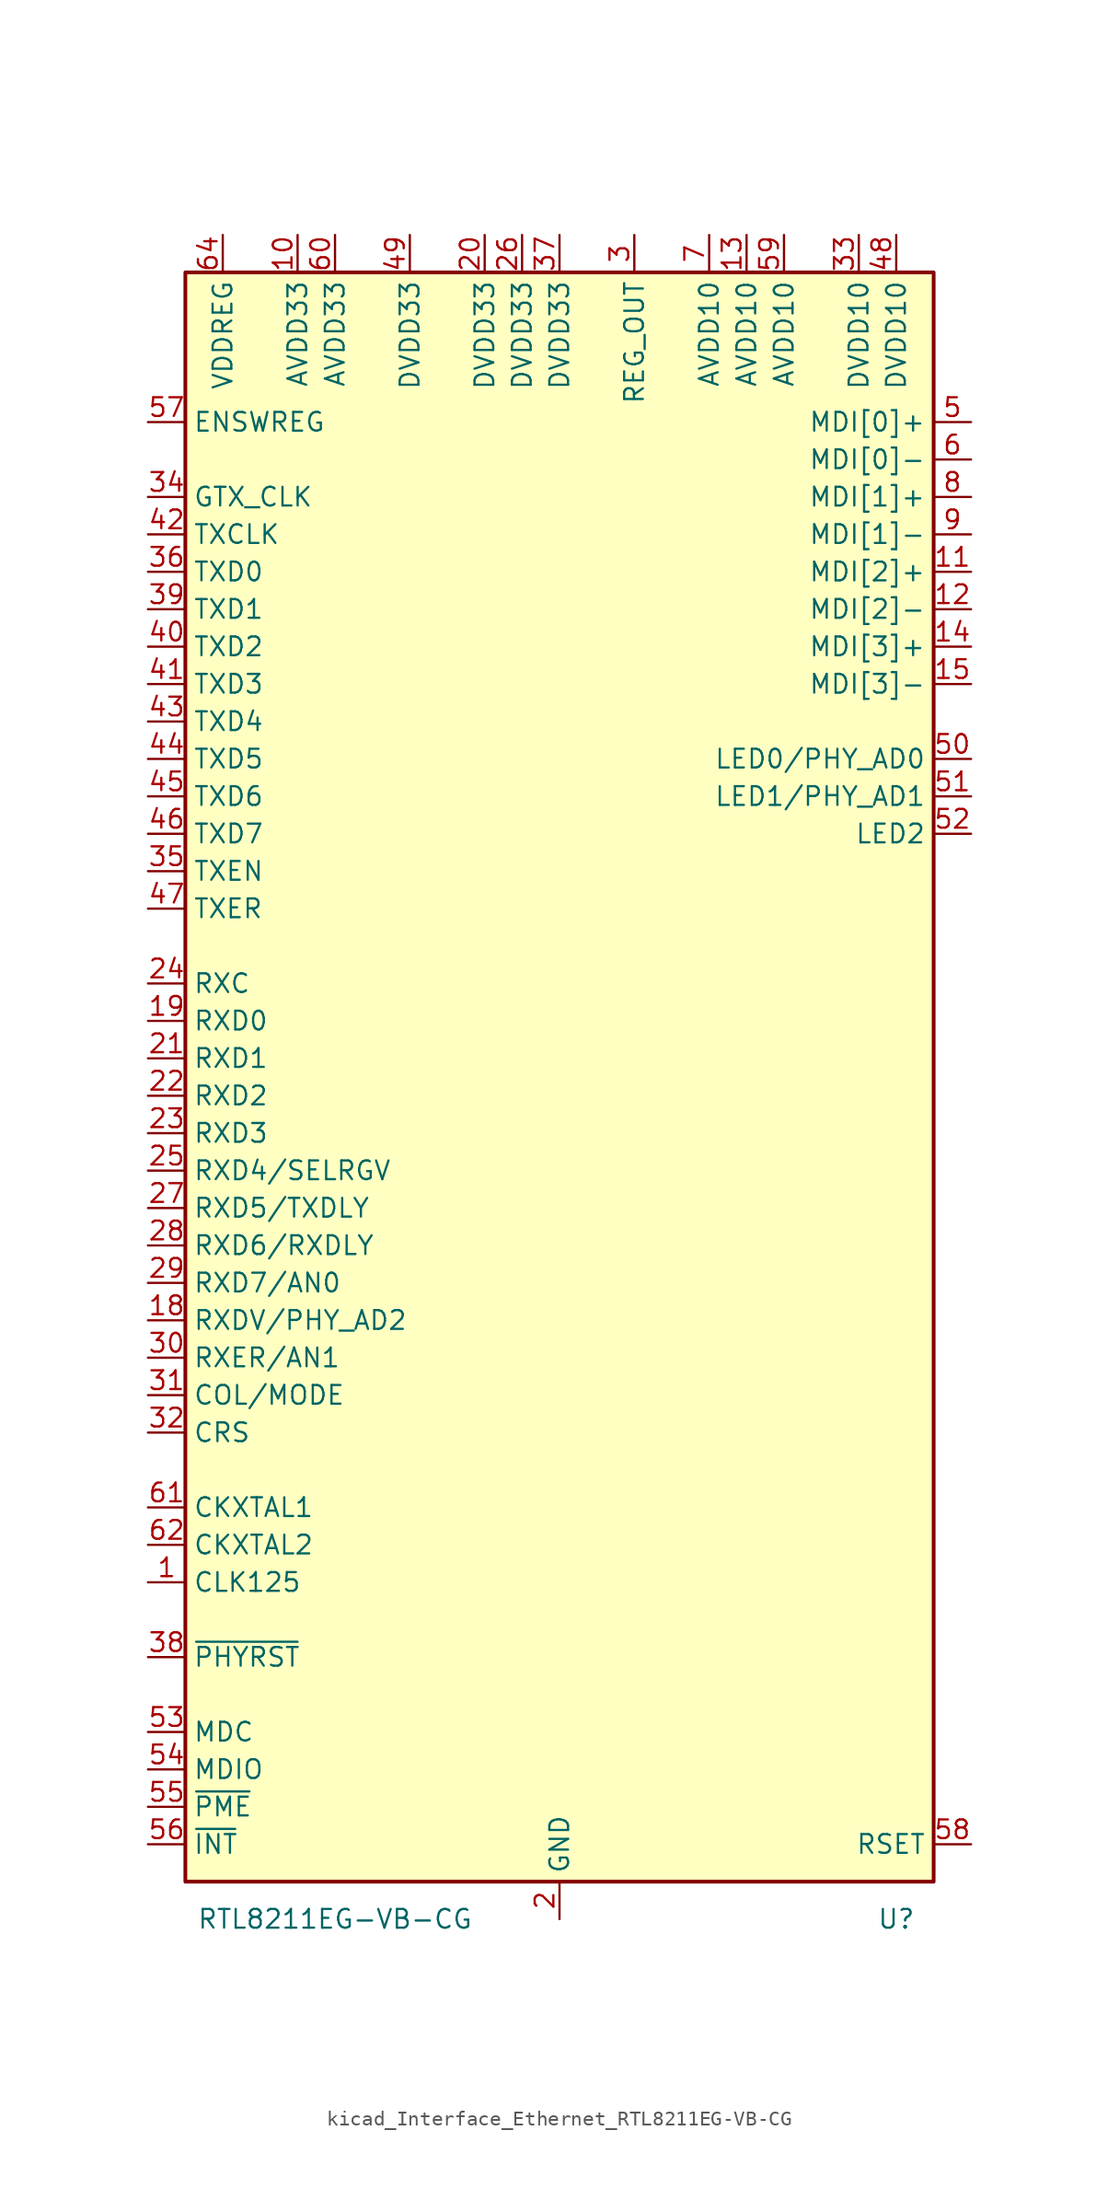
<source format=kicad_sym>
(kicad_symbol_lib
  (version 20220914)
  (generator kicad_symbol_editor)
  (symbol "kicad_Interface_Ethernet_RTL8211EG-VB-CG"
    (property "Reference" "U"
      (at 22.86 -58.42 0)
      (effects (font (size 1.27 1.27))))
    (property "Value" "RTL8211EG-VB-CG"
      (at -15.24 -58.42 0)
      (effects (font (size 1.27 1.27))))
    (symbol "kicad_Interface_Ethernet_RTL8211EG-VB-CG_0_1"
      (rectangle (start -25.4 53.34) (end 25.4 -55.88) (stroke (width 0.254) (type default)) (fill (type background))))
    (symbol "kicad_Interface_Ethernet_RTL8211EG-VB-CG_1_1"
      (pin output line (at -27.94 -35.56 0) (length 2.54) (name "CLK125" (effects (font (size 1.27 1.27)))) (number "1" (effects (font (size 1.27 1.27)))))
      (pin power_in line (at -17.78 55.88 270) (length 2.54) (name "AVDD33" (effects (font (size 1.27 1.27)))) (number "10" (effects (font (size 1.27 1.27)))))
      (pin bidirectional line (at 27.94 33.02 180) (length 2.54) (name "MDI[2]+" (effects (font (size 1.27 1.27)))) (number "11" (effects (font (size 1.27 1.27)))))
      (pin bidirectional line (at 27.94 30.48 180) (length 2.54) (name "MDI[2]-" (effects (font (size 1.27 1.27)))) (number "12" (effects (font (size 1.27 1.27)))))
      (pin power_in line (at 12.7 55.88 270) (length 2.54) (name "AVDD10" (effects (font (size 1.27 1.27)))) (number "13" (effects (font (size 1.27 1.27)))))
      (pin bidirectional line (at 27.94 27.94 180) (length 2.54) (name "MDI[3]+" (effects (font (size 1.27 1.27)))) (number "14" (effects (font (size 1.27 1.27)))))
      (pin bidirectional line (at 27.94 25.4 180) (length 2.54) (name "MDI[3]-" (effects (font (size 1.27 1.27)))) (number "15" (effects (font (size 1.27 1.27)))))
      (pin no_connect line (at 25.4 5.08 180) (length 2.54) hide (name "NC" (effects (font (size 1.27 1.27)))) (number "16" (effects (font (size 1.27 1.27)))))
      (pin no_connect line (at 25.4 2.54 180) (length 2.54) hide (name "NC" (effects (font (size 1.27 1.27)))) (number "17" (effects (font (size 1.27 1.27)))))
      (pin bidirectional line (at -27.94 -17.78 0) (length 2.54) (name "RXDV/PHY_AD2" (effects (font (size 1.27 1.27)))) (number "18" (effects (font (size 1.27 1.27)))))
      (pin output line (at -27.94 2.54 0) (length 2.54) (name "RXD0" (effects (font (size 1.27 1.27)))) (number "19" (effects (font (size 1.27 1.27)))))
      (pin power_in line (at 0 -58.42 90) (length 2.54) (name "GND" (effects (font (size 1.27 1.27)))) (number "2" (effects (font (size 1.27 1.27)))))
      (pin power_in line (at -5.08 55.88 270) (length 2.54) (name "DVDD33" (effects (font (size 1.27 1.27)))) (number "20" (effects (font (size 1.27 1.27)))))
      (pin output line (at -27.94 0 0) (length 2.54) (name "RXD1" (effects (font (size 1.27 1.27)))) (number "21" (effects (font (size 1.27 1.27)))))
      (pin output line (at -27.94 -2.54 0) (length 2.54) (name "RXD2" (effects (font (size 1.27 1.27)))) (number "22" (effects (font (size 1.27 1.27)))))
      (pin output line (at -27.94 -5.08 0) (length 2.54) (name "RXD3" (effects (font (size 1.27 1.27)))) (number "23" (effects (font (size 1.27 1.27)))))
      (pin output line (at -27.94 5.08 0) (length 2.54) (name "RXC" (effects (font (size 1.27 1.27)))) (number "24" (effects (font (size 1.27 1.27)))))
      (pin bidirectional line (at -27.94 -7.62 0) (length 2.54) (name "RXD4/SELRGV" (effects (font (size 1.27 1.27)))) (number "25" (effects (font (size 1.27 1.27)))))
      (pin power_in line (at -2.54 55.88 270) (length 2.54) (name "DVDD33" (effects (font (size 1.27 1.27)))) (number "26" (effects (font (size 1.27 1.27)))))
      (pin bidirectional line (at -27.94 -10.16 0) (length 2.54) (name "RXD5/TXDLY" (effects (font (size 1.27 1.27)))) (number "27" (effects (font (size 1.27 1.27)))))
      (pin bidirectional line (at -27.94 -12.7 0) (length 2.54) (name "RXD6/RXDLY" (effects (font (size 1.27 1.27)))) (number "28" (effects (font (size 1.27 1.27)))))
      (pin bidirectional line (at -27.94 -15.24 0) (length 2.54) (name "RXD7/AN0" (effects (font (size 1.27 1.27)))) (number "29" (effects (font (size 1.27 1.27)))))
      (pin power_out line (at 5.08 55.88 270) (length 2.54) (name "REG_OUT" (effects (font (size 1.27 1.27)))) (number "3" (effects (font (size 1.27 1.27)))))
      (pin bidirectional line (at -27.94 -20.32 0) (length 2.54) (name "RXER/AN1" (effects (font (size 1.27 1.27)))) (number "30" (effects (font (size 1.27 1.27)))))
      (pin bidirectional line (at -27.94 -22.86 0) (length 2.54) (name "COL/MODE" (effects (font (size 1.27 1.27)))) (number "31" (effects (font (size 1.27 1.27)))))
      (pin output line (at -27.94 -25.4 0) (length 2.54) (name "CRS" (effects (font (size 1.27 1.27)))) (number "32" (effects (font (size 1.27 1.27)))))
      (pin power_in line (at 20.32 55.88 270) (length 2.54) (name "DVDD10" (effects (font (size 1.27 1.27)))) (number "33" (effects (font (size 1.27 1.27)))))
      (pin input line (at -27.94 38.1 0) (length 2.54) (name "GTX_CLK" (effects (font (size 1.27 1.27)))) (number "34" (effects (font (size 1.27 1.27)))))
      (pin input line (at -27.94 12.7 0) (length 2.54) (name "TXEN" (effects (font (size 1.27 1.27)))) (number "35" (effects (font (size 1.27 1.27)))))
      (pin input line (at -27.94 33.02 0) (length 2.54) (name "TXD0" (effects (font (size 1.27 1.27)))) (number "36" (effects (font (size 1.27 1.27)))))
      (pin power_in line (at 0 55.88 270) (length 2.54) (name "DVDD33" (effects (font (size 1.27 1.27)))) (number "37" (effects (font (size 1.27 1.27)))))
      (pin input line (at -27.94 -40.64 0) (length 2.54) (name "~{PHYRST}" (effects (font (size 1.27 1.27)))) (number "38" (effects (font (size 1.27 1.27)))))
      (pin input line (at -27.94 30.48 0) (length 2.54) (name "TXD1" (effects (font (size 1.27 1.27)))) (number "39" (effects (font (size 1.27 1.27)))))
      (pin passive line (at 0 -58.42 90) (length 2.54) hide (name "GND" (effects (font (size 1.27 1.27)))) (number "4" (effects (font (size 1.27 1.27)))))
      (pin input line (at -27.94 27.94 0) (length 2.54) (name "TXD2" (effects (font (size 1.27 1.27)))) (number "40" (effects (font (size 1.27 1.27)))))
      (pin input line (at -27.94 25.4 0) (length 2.54) (name "TXD3" (effects (font (size 1.27 1.27)))) (number "41" (effects (font (size 1.27 1.27)))))
      (pin output line (at -27.94 35.56 0) (length 2.54) (name "TXCLK" (effects (font (size 1.27 1.27)))) (number "42" (effects (font (size 1.27 1.27)))))
      (pin input line (at -27.94 22.86 0) (length 2.54) (name "TXD4" (effects (font (size 1.27 1.27)))) (number "43" (effects (font (size 1.27 1.27)))))
      (pin input line (at -27.94 20.32 0) (length 2.54) (name "TXD5" (effects (font (size 1.27 1.27)))) (number "44" (effects (font (size 1.27 1.27)))))
      (pin input line (at -27.94 17.78 0) (length 2.54) (name "TXD6" (effects (font (size 1.27 1.27)))) (number "45" (effects (font (size 1.27 1.27)))))
      (pin input line (at -27.94 15.24 0) (length 2.54) (name "TXD7" (effects (font (size 1.27 1.27)))) (number "46" (effects (font (size 1.27 1.27)))))
      (pin input line (at -27.94 10.16 0) (length 2.54) (name "TXER" (effects (font (size 1.27 1.27)))) (number "47" (effects (font (size 1.27 1.27)))))
      (pin power_in line (at 22.86 55.88 270) (length 2.54) (name "DVDD10" (effects (font (size 1.27 1.27)))) (number "48" (effects (font (size 1.27 1.27)))))
      (pin power_in line (at -10.16 55.88 270) (length 2.54) (name "DVDD33" (effects (font (size 1.27 1.27)))) (number "49" (effects (font (size 1.27 1.27)))))
      (pin bidirectional line (at 27.94 43.18 180) (length 2.54) (name "MDI[0]+" (effects (font (size 1.27 1.27)))) (number "5" (effects (font (size 1.27 1.27)))))
      (pin bidirectional line (at 27.94 20.32 180) (length 2.54) (name "LED0/PHY_AD0" (effects (font (size 1.27 1.27)))) (number "50" (effects (font (size 1.27 1.27)))))
      (pin bidirectional line (at 27.94 17.78 180) (length 2.54) (name "LED1/PHY_AD1" (effects (font (size 1.27 1.27)))) (number "51" (effects (font (size 1.27 1.27)))))
      (pin bidirectional line (at 27.94 15.24 180) (length 2.54) (name "LED2" (effects (font (size 1.27 1.27)))) (number "52" (effects (font (size 1.27 1.27)))))
      (pin input line (at -27.94 -45.72 0) (length 2.54) (name "MDC" (effects (font (size 1.27 1.27)))) (number "53" (effects (font (size 1.27 1.27)))))
      (pin bidirectional line (at -27.94 -48.26 0) (length 2.54) (name "MDIO" (effects (font (size 1.27 1.27)))) (number "54" (effects (font (size 1.27 1.27)))))
      (pin open_collector line (at -27.94 -50.8 0) (length 2.54) (name "~{PME}" (effects (font (size 1.27 1.27)))) (number "55" (effects (font (size 1.27 1.27)))))
      (pin open_collector line (at -27.94 -53.34 0) (length 2.54) (name "~{INT}" (effects (font (size 1.27 1.27)))) (number "56" (effects (font (size 1.27 1.27)))))
      (pin input line (at -27.94 43.18 0) (length 2.54) (name "ENSWREG" (effects (font (size 1.27 1.27)))) (number "57" (effects (font (size 1.27 1.27)))))
      (pin passive line (at 27.94 -53.34 180) (length 2.54) (name "RSET" (effects (font (size 1.27 1.27)))) (number "58" (effects (font (size 1.27 1.27)))))
      (pin power_in line (at 15.24 55.88 270) (length 2.54) (name "AVDD10" (effects (font (size 1.27 1.27)))) (number "59" (effects (font (size 1.27 1.27)))))
      (pin bidirectional line (at 27.94 40.64 180) (length 2.54) (name "MDI[0]-" (effects (font (size 1.27 1.27)))) (number "6" (effects (font (size 1.27 1.27)))))
      (pin power_in line (at -15.24 55.88 270) (length 2.54) (name "AVDD33" (effects (font (size 1.27 1.27)))) (number "60" (effects (font (size 1.27 1.27)))))
      (pin input line (at -27.94 -30.48 0) (length 2.54) (name "CKXTAL1" (effects (font (size 1.27 1.27)))) (number "61" (effects (font (size 1.27 1.27)))))
      (pin output line (at -27.94 -33.02 0) (length 2.54) (name "CKXTAL2" (effects (font (size 1.27 1.27)))) (number "62" (effects (font (size 1.27 1.27)))))
      (pin passive line (at 0 -58.42 90) (length 2.54) hide (name "GND" (effects (font (size 1.27 1.27)))) (number "63" (effects (font (size 1.27 1.27)))))
      (pin power_in line (at -22.86 55.88 270) (length 2.54) (name "VDDREG" (effects (font (size 1.27 1.27)))) (number "64" (effects (font (size 1.27 1.27)))))
      (pin passive line (at 0 -58.42 90) (length 2.54) hide (name "GND" (effects (font (size 1.27 1.27)))) (number "65" (effects (font (size 1.27 1.27)))))
      (pin power_in line (at 10.16 55.88 270) (length 2.54) (name "AVDD10" (effects (font (size 1.27 1.27)))) (number "7" (effects (font (size 1.27 1.27)))))
      (pin bidirectional line (at 27.94 38.1 180) (length 2.54) (name "MDI[1]+" (effects (font (size 1.27 1.27)))) (number "8" (effects (font (size 1.27 1.27)))))
      (pin bidirectional line (at 27.94 35.56 180) (length 2.54) (name "MDI[1]-" (effects (font (size 1.27 1.27)))) (number "9" (effects (font (size 1.27 1.27))))))))
</source>
